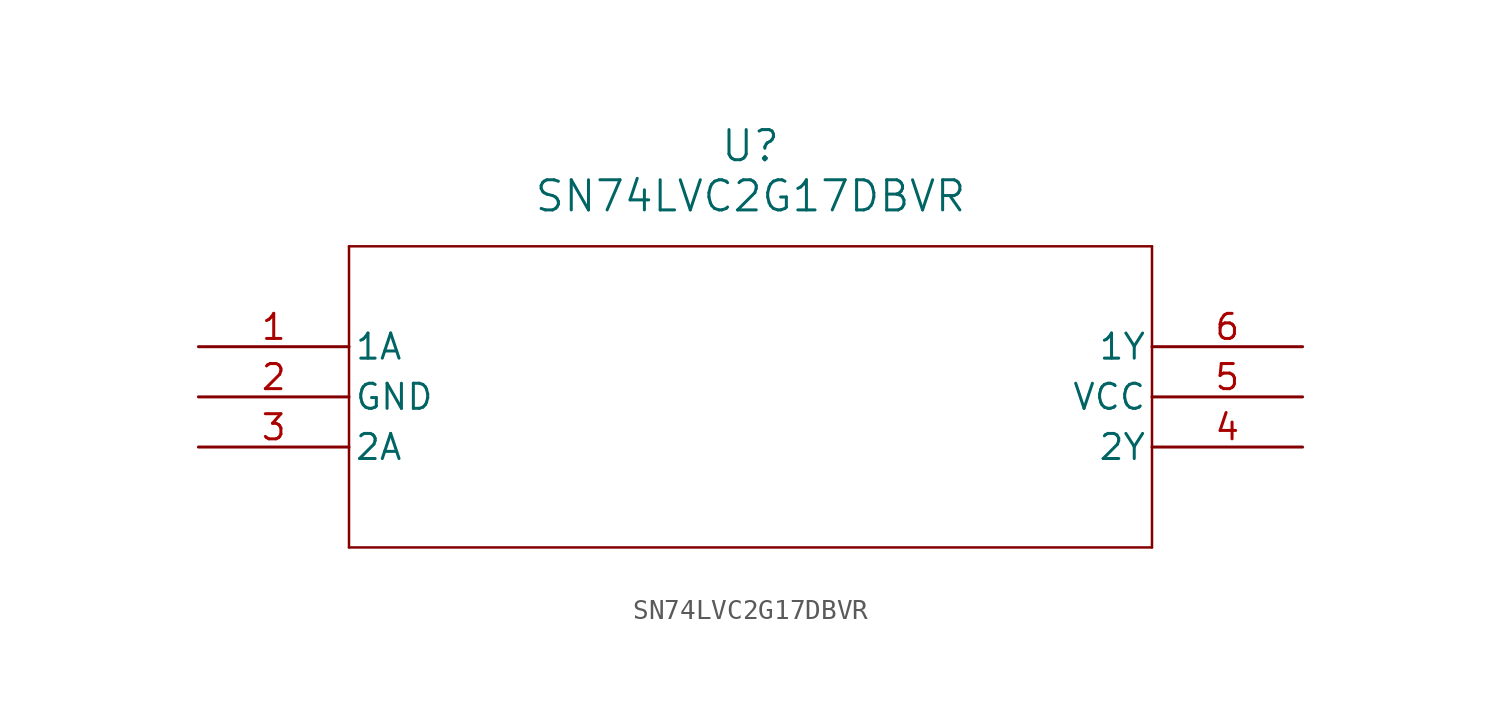
<source format=kicad_sym>
(kicad_symbol_lib
  (version 20241209)
  (generator "kicad_symbol_editor")
  (generator_version "9.0")
  (symbol "SN74LVC2G17DBVR"
    (pin_names
      (offset 0.254))
    (property "Reference" "U"
      (at 27.94 10.16 0)
      (effects (font (size 1.524 1.524))))
    (property "Value" "SN74LVC2G17DBVR"
      (at 27.94 7.62 0)
      (effects (font (size 1.524 1.524))))
    (symbol "SN74LVC2G17DBVR_0_1"
      (polyline (pts (xy 7.62 5.08) (xy 7.62 -10.16)) (stroke (width 0.127) (type default)) (fill (type none)))
      (polyline (pts (xy 7.62 -10.16) (xy 48.26 -10.16)) (stroke (width 0.127) (type default)) (fill (type none)))
      (polyline (pts (xy 48.26 5.08) (xy 7.62 5.08)) (stroke (width 0.127) (type default)) (fill (type none)))
      (polyline (pts (xy 48.26 -10.16) (xy 48.26 5.08)) (stroke (width 0.127) (type default)) (fill (type none)))
      (pin input line (at 0 0 0) (length 7.62) (name "1A" (effects (font (size 1.27 1.27)))) (number "1" (effects (font (size 1.27 1.27)))))
      (pin power_in line (at 0 -2.54 0) (length 7.62) (name "GND" (effects (font (size 1.27 1.27)))) (number "2" (effects (font (size 1.27 1.27)))))
      (pin input line (at 0 -5.08 0) (length 7.62) (name "2A" (effects (font (size 1.27 1.27)))) (number "3" (effects (font (size 1.27 1.27)))))
      (pin output line (at 55.88 0 180) (length 7.62) (name "1Y" (effects (font (size 1.27 1.27)))) (number "6" (effects (font (size 1.27 1.27)))))
      (pin power_in line (at 55.88 -2.54 180) (length 7.62) (name "VCC" (effects (font (size 1.27 1.27)))) (number "5" (effects (font (size 1.27 1.27)))))
      (pin output line (at 55.88 -5.08 180) (length 7.62) (name "2Y" (effects (font (size 1.27 1.27)))) (number "4" (effects (font (size 1.27 1.27))))))))
</source>
